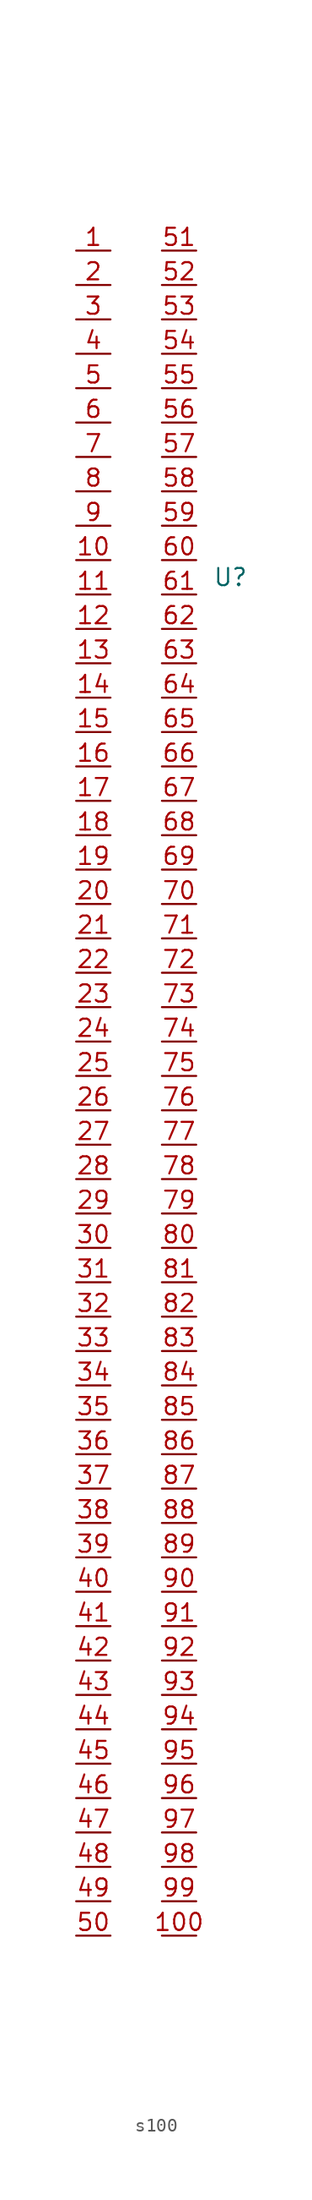
<source format=kicad_sym>
(kicad_symbol_lib
  (version 20241209)
  (generator "kicad_symbol_editor")
  (generator_version "9.0")
  (symbol "s100"
    (property "Reference" "U"
      (at 0 0 0)
      (effects (font (size 1.27 1.27))))
    (property "Value" ""
      (at 0 0 0)
      (effects (font (size 1.27 1.27))))
    (symbol "s100_1_1"
      (pin input line (at -11.43 24.13 0) (length 2.54) (name "" (effects (font (size 1.27 1.27)))) (number "1" (effects (font (size 1.27 1.27)))))
      (pin input line (at -11.43 21.59 0) (length 2.54) (name "" (effects (font (size 1.27 1.27)))) (number "2" (effects (font (size 1.27 1.27)))))
      (pin input line (at -11.43 19.05 0) (length 2.54) (name "" (effects (font (size 1.27 1.27)))) (number "3" (effects (font (size 1.27 1.27)))))
      (pin input line (at -11.43 16.51 0) (length 2.54) (name "" (effects (font (size 1.27 1.27)))) (number "4" (effects (font (size 1.27 1.27)))))
      (pin input line (at -11.43 13.97 0) (length 2.54) (name "" (effects (font (size 1.27 1.27)))) (number "5" (effects (font (size 1.27 1.27)))))
      (pin input line (at -11.43 11.43 0) (length 2.54) (name "" (effects (font (size 1.27 1.27)))) (number "6" (effects (font (size 1.27 1.27)))))
      (pin input line (at -11.43 8.89 0) (length 2.54) (name "" (effects (font (size 1.27 1.27)))) (number "7" (effects (font (size 1.27 1.27)))))
      (pin input line (at -11.43 6.35 0) (length 2.54) (name "" (effects (font (size 1.27 1.27)))) (number "8" (effects (font (size 1.27 1.27)))))
      (pin input line (at -11.43 3.81 0) (length 2.54) (name "" (effects (font (size 1.27 1.27)))) (number "9" (effects (font (size 1.27 1.27)))))
      (pin input line (at -11.43 1.27 0) (length 2.54) (name "" (effects (font (size 1.27 1.27)))) (number "10" (effects (font (size 1.27 1.27)))))
      (pin input line (at -11.43 -1.27 0) (length 2.54) (name "" (effects (font (size 1.27 1.27)))) (number "11" (effects (font (size 1.27 1.27)))))
      (pin input line (at -11.43 -3.81 0) (length 2.54) (name "" (effects (font (size 1.27 1.27)))) (number "12" (effects (font (size 1.27 1.27)))))
      (pin input line (at -11.43 -6.35 0) (length 2.54) (name "" (effects (font (size 1.27 1.27)))) (number "13" (effects (font (size 1.27 1.27)))))
      (pin input line (at -11.43 -8.89 0) (length 2.54) (name "" (effects (font (size 1.27 1.27)))) (number "14" (effects (font (size 1.27 1.27)))))
      (pin input line (at -11.43 -11.43 0) (length 2.54) (name "" (effects (font (size 1.27 1.27)))) (number "15" (effects (font (size 1.27 1.27)))))
      (pin input line (at -11.43 -13.97 0) (length 2.54) (name "" (effects (font (size 1.27 1.27)))) (number "16" (effects (font (size 1.27 1.27)))))
      (pin input line (at -11.43 -16.51 0) (length 2.54) (name "" (effects (font (size 1.27 1.27)))) (number "17" (effects (font (size 1.27 1.27)))))
      (pin input line (at -11.43 -19.05 0) (length 2.54) (name "" (effects (font (size 1.27 1.27)))) (number "18" (effects (font (size 1.27 1.27)))))
      (pin input line (at -11.43 -21.59 0) (length 2.54) (name "" (effects (font (size 1.27 1.27)))) (number "19" (effects (font (size 1.27 1.27)))))
      (pin input line (at -11.43 -24.13 0) (length 2.54) (name "" (effects (font (size 1.27 1.27)))) (number "20" (effects (font (size 1.27 1.27)))))
      (pin input line (at -11.43 -26.67 0) (length 2.54) (name "" (effects (font (size 1.27 1.27)))) (number "21" (effects (font (size 1.27 1.27)))))
      (pin input line (at -11.43 -29.21 0) (length 2.54) (name "" (effects (font (size 1.27 1.27)))) (number "22" (effects (font (size 1.27 1.27)))))
      (pin input line (at -11.43 -31.75 0) (length 2.54) (name "" (effects (font (size 1.27 1.27)))) (number "23" (effects (font (size 1.27 1.27)))))
      (pin input line (at -11.43 -34.29 0) (length 2.54) (name "" (effects (font (size 1.27 1.27)))) (number "24" (effects (font (size 1.27 1.27)))))
      (pin input line (at -11.43 -36.83 0) (length 2.54) (name "" (effects (font (size 1.27 1.27)))) (number "25" (effects (font (size 1.27 1.27)))))
      (pin input line (at -11.43 -39.37 0) (length 2.54) (name "" (effects (font (size 1.27 1.27)))) (number "26" (effects (font (size 1.27 1.27)))))
      (pin input line (at -11.43 -41.91 0) (length 2.54) (name "" (effects (font (size 1.27 1.27)))) (number "27" (effects (font (size 1.27 1.27)))))
      (pin input line (at -11.43 -44.45 0) (length 2.54) (name "" (effects (font (size 1.27 1.27)))) (number "28" (effects (font (size 1.27 1.27)))))
      (pin input line (at -11.43 -46.99 0) (length 2.54) (name "" (effects (font (size 1.27 1.27)))) (number "29" (effects (font (size 1.27 1.27)))))
      (pin input line (at -11.43 -49.53 0) (length 2.54) (name "" (effects (font (size 1.27 1.27)))) (number "30" (effects (font (size 1.27 1.27)))))
      (pin input line (at -11.43 -52.07 0) (length 2.54) (name "" (effects (font (size 1.27 1.27)))) (number "31" (effects (font (size 1.27 1.27)))))
      (pin input line (at -11.43 -54.61 0) (length 2.54) (name "" (effects (font (size 1.27 1.27)))) (number "32" (effects (font (size 1.27 1.27)))))
      (pin input line (at -11.43 -57.15 0) (length 2.54) (name "" (effects (font (size 1.27 1.27)))) (number "33" (effects (font (size 1.27 1.27)))))
      (pin input line (at -11.43 -59.69 0) (length 2.54) (name "" (effects (font (size 1.27 1.27)))) (number "34" (effects (font (size 1.27 1.27)))))
      (pin input line (at -11.43 -62.23 0) (length 2.54) (name "" (effects (font (size 1.27 1.27)))) (number "35" (effects (font (size 1.27 1.27)))))
      (pin input line (at -11.43 -64.77 0) (length 2.54) (name "" (effects (font (size 1.27 1.27)))) (number "36" (effects (font (size 1.27 1.27)))))
      (pin input line (at -11.43 -67.31 0) (length 2.54) (name "" (effects (font (size 1.27 1.27)))) (number "37" (effects (font (size 1.27 1.27)))))
      (pin input line (at -11.43 -69.85 0) (length 2.54) (name "" (effects (font (size 1.27 1.27)))) (number "38" (effects (font (size 1.27 1.27)))))
      (pin input line (at -11.43 -72.39 0) (length 2.54) (name "" (effects (font (size 1.27 1.27)))) (number "39" (effects (font (size 1.27 1.27)))))
      (pin input line (at -11.43 -74.93 0) (length 2.54) (name "" (effects (font (size 1.27 1.27)))) (number "40" (effects (font (size 1.27 1.27)))))
      (pin input line (at -11.43 -77.47 0) (length 2.54) (name "" (effects (font (size 1.27 1.27)))) (number "41" (effects (font (size 1.27 1.27)))))
      (pin input line (at -11.43 -80.01 0) (length 2.54) (name "" (effects (font (size 1.27 1.27)))) (number "42" (effects (font (size 1.27 1.27)))))
      (pin input line (at -11.43 -82.55 0) (length 2.54) (name "" (effects (font (size 1.27 1.27)))) (number "43" (effects (font (size 1.27 1.27)))))
      (pin input line (at -11.43 -85.09 0) (length 2.54) (name "" (effects (font (size 1.27 1.27)))) (number "44" (effects (font (size 1.27 1.27)))))
      (pin input line (at -11.43 -87.63 0) (length 2.54) (name "" (effects (font (size 1.27 1.27)))) (number "45" (effects (font (size 1.27 1.27)))))
      (pin input line (at -11.43 -90.17 0) (length 2.54) (name "" (effects (font (size 1.27 1.27)))) (number "46" (effects (font (size 1.27 1.27)))))
      (pin input line (at -11.43 -92.71 0) (length 2.54) (name "" (effects (font (size 1.27 1.27)))) (number "47" (effects (font (size 1.27 1.27)))))
      (pin input line (at -11.43 -95.25 0) (length 2.54) (name "" (effects (font (size 1.27 1.27)))) (number "48" (effects (font (size 1.27 1.27)))))
      (pin input line (at -11.43 -97.79 0) (length 2.54) (name "" (effects (font (size 1.27 1.27)))) (number "49" (effects (font (size 1.27 1.27)))))
      (pin input line (at -11.43 -100.33 0) (length 2.54) (name "" (effects (font (size 1.27 1.27)))) (number "50" (effects (font (size 1.27 1.27)))))
      (pin input line (at -2.54 24.13 180) (length 2.54) (name "" (effects (font (size 1.27 1.27)))) (number "51" (effects (font (size 1.27 1.27)))))
      (pin input line (at -2.54 21.59 180) (length 2.54) (name "" (effects (font (size 1.27 1.27)))) (number "52" (effects (font (size 1.27 1.27)))))
      (pin input line (at -2.54 19.05 180) (length 2.54) (name "" (effects (font (size 1.27 1.27)))) (number "53" (effects (font (size 1.27 1.27)))))
      (pin input line (at -2.54 16.51 180) (length 2.54) (name "" (effects (font (size 1.27 1.27)))) (number "54" (effects (font (size 1.27 1.27)))))
      (pin input line (at -2.54 13.97 180) (length 2.54) (name "" (effects (font (size 1.27 1.27)))) (number "55" (effects (font (size 1.27 1.27)))))
      (pin input line (at -2.54 11.43 180) (length 2.54) (name "" (effects (font (size 1.27 1.27)))) (number "56" (effects (font (size 1.27 1.27)))))
      (pin input line (at -2.54 8.89 180) (length 2.54) (name "" (effects (font (size 1.27 1.27)))) (number "57" (effects (font (size 1.27 1.27)))))
      (pin input line (at -2.54 6.35 180) (length 2.54) (name "" (effects (font (size 1.27 1.27)))) (number "58" (effects (font (size 1.27 1.27)))))
      (pin input line (at -2.54 3.81 180) (length 2.54) (name "" (effects (font (size 1.27 1.27)))) (number "59" (effects (font (size 1.27 1.27)))))
      (pin input line (at -2.54 1.27 180) (length 2.54) (name "" (effects (font (size 1.27 1.27)))) (number "60" (effects (font (size 1.27 1.27)))))
      (pin input line (at -2.54 -1.27 180) (length 2.54) (name "" (effects (font (size 1.27 1.27)))) (number "61" (effects (font (size 1.27 1.27)))))
      (pin input line (at -2.54 -3.81 180) (length 2.54) (name "" (effects (font (size 1.27 1.27)))) (number "62" (effects (font (size 1.27 1.27)))))
      (pin input line (at -2.54 -6.35 180) (length 2.54) (name "" (effects (font (size 1.27 1.27)))) (number "63" (effects (font (size 1.27 1.27)))))
      (pin input line (at -2.54 -8.89 180) (length 2.54) (name "" (effects (font (size 1.27 1.27)))) (number "64" (effects (font (size 1.27 1.27)))))
      (pin input line (at -2.54 -11.43 180) (length 2.54) (name "" (effects (font (size 1.27 1.27)))) (number "65" (effects (font (size 1.27 1.27)))))
      (pin input line (at -2.54 -13.97 180) (length 2.54) (name "" (effects (font (size 1.27 1.27)))) (number "66" (effects (font (size 1.27 1.27)))))
      (pin input line (at -2.54 -16.51 180) (length 2.54) (name "" (effects (font (size 1.27 1.27)))) (number "67" (effects (font (size 1.27 1.27)))))
      (pin input line (at -2.54 -19.05 180) (length 2.54) (name "" (effects (font (size 1.27 1.27)))) (number "68" (effects (font (size 1.27 1.27)))))
      (pin input line (at -2.54 -21.59 180) (length 2.54) (name "" (effects (font (size 1.27 1.27)))) (number "69" (effects (font (size 1.27 1.27)))))
      (pin input line (at -2.54 -24.13 180) (length 2.54) (name "" (effects (font (size 1.27 1.27)))) (number "70" (effects (font (size 1.27 1.27)))))
      (pin input line (at -2.54 -26.67 180) (length 2.54) (name "" (effects (font (size 1.27 1.27)))) (number "71" (effects (font (size 1.27 1.27)))))
      (pin input line (at -2.54 -29.21 180) (length 2.54) (name "" (effects (font (size 1.27 1.27)))) (number "72" (effects (font (size 1.27 1.27)))))
      (pin input line (at -2.54 -31.75 180) (length 2.54) (name "" (effects (font (size 1.27 1.27)))) (number "73" (effects (font (size 1.27 1.27)))))
      (pin input line (at -2.54 -34.29 180) (length 2.54) (name "" (effects (font (size 1.27 1.27)))) (number "74" (effects (font (size 1.27 1.27)))))
      (pin input line (at -2.54 -36.83 180) (length 2.54) (name "" (effects (font (size 1.27 1.27)))) (number "75" (effects (font (size 1.27 1.27)))))
      (pin input line (at -2.54 -39.37 180) (length 2.54) (name "" (effects (font (size 1.27 1.27)))) (number "76" (effects (font (size 1.27 1.27)))))
      (pin input line (at -2.54 -41.91 180) (length 2.54) (name "" (effects (font (size 1.27 1.27)))) (number "77" (effects (font (size 1.27 1.27)))))
      (pin input line (at -2.54 -44.45 180) (length 2.54) (name "" (effects (font (size 1.27 1.27)))) (number "78" (effects (font (size 1.27 1.27)))))
      (pin input line (at -2.54 -46.99 180) (length 2.54) (name "" (effects (font (size 1.27 1.27)))) (number "79" (effects (font (size 1.27 1.27)))))
      (pin input line (at -2.54 -49.53 180) (length 2.54) (name "" (effects (font (size 1.27 1.27)))) (number "80" (effects (font (size 1.27 1.27)))))
      (pin input line (at -2.54 -52.07 180) (length 2.54) (name "" (effects (font (size 1.27 1.27)))) (number "81" (effects (font (size 1.27 1.27)))))
      (pin input line (at -2.54 -54.61 180) (length 2.54) (name "" (effects (font (size 1.27 1.27)))) (number "82" (effects (font (size 1.27 1.27)))))
      (pin input line (at -2.54 -57.15 180) (length 2.54) (name "" (effects (font (size 1.27 1.27)))) (number "83" (effects (font (size 1.27 1.27)))))
      (pin input line (at -2.54 -59.69 180) (length 2.54) (name "" (effects (font (size 1.27 1.27)))) (number "84" (effects (font (size 1.27 1.27)))))
      (pin input line (at -2.54 -62.23 180) (length 2.54) (name "" (effects (font (size 1.27 1.27)))) (number "85" (effects (font (size 1.27 1.27)))))
      (pin input line (at -2.54 -64.77 180) (length 2.54) (name "" (effects (font (size 1.27 1.27)))) (number "86" (effects (font (size 1.27 1.27)))))
      (pin input line (at -2.54 -67.31 180) (length 2.54) (name "" (effects (font (size 1.27 1.27)))) (number "87" (effects (font (size 1.27 1.27)))))
      (pin input line (at -2.54 -69.85 180) (length 2.54) (name "" (effects (font (size 1.27 1.27)))) (number "88" (effects (font (size 1.27 1.27)))))
      (pin input line (at -2.54 -72.39 180) (length 2.54) (name "" (effects (font (size 1.27 1.27)))) (number "89" (effects (font (size 1.27 1.27)))))
      (pin input line (at -2.54 -74.93 180) (length 2.54) (name "" (effects (font (size 1.27 1.27)))) (number "90" (effects (font (size 1.27 1.27)))))
      (pin input line (at -2.54 -77.47 180) (length 2.54) (name "" (effects (font (size 1.27 1.27)))) (number "91" (effects (font (size 1.27 1.27)))))
      (pin input line (at -2.54 -80.01 180) (length 2.54) (name "" (effects (font (size 1.27 1.27)))) (number "92" (effects (font (size 1.27 1.27)))))
      (pin input line (at -2.54 -82.55 180) (length 2.54) (name "" (effects (font (size 1.27 1.27)))) (number "93" (effects (font (size 1.27 1.27)))))
      (pin input line (at -2.54 -85.09 180) (length 2.54) (name "" (effects (font (size 1.27 1.27)))) (number "94" (effects (font (size 1.27 1.27)))))
      (pin input line (at -2.54 -87.63 180) (length 2.54) (name "" (effects (font (size 1.27 1.27)))) (number "95" (effects (font (size 1.27 1.27)))))
      (pin input line (at -2.54 -90.17 180) (length 2.54) (name "" (effects (font (size 1.27 1.27)))) (number "96" (effects (font (size 1.27 1.27)))))
      (pin input line (at -2.54 -92.71 180) (length 2.54) (name "" (effects (font (size 1.27 1.27)))) (number "97" (effects (font (size 1.27 1.27)))))
      (pin input line (at -2.54 -95.25 180) (length 2.54) (name "" (effects (font (size 1.27 1.27)))) (number "98" (effects (font (size 1.27 1.27)))))
      (pin input line (at -2.54 -97.79 180) (length 2.54) (name "" (effects (font (size 1.27 1.27)))) (number "99" (effects (font (size 1.27 1.27)))))
      (pin input line (at -2.54 -100.33 180) (length 2.54) (name "" (effects (font (size 1.27 1.27)))) (number "100" (effects (font (size 1.27 1.27))))))))
</source>
